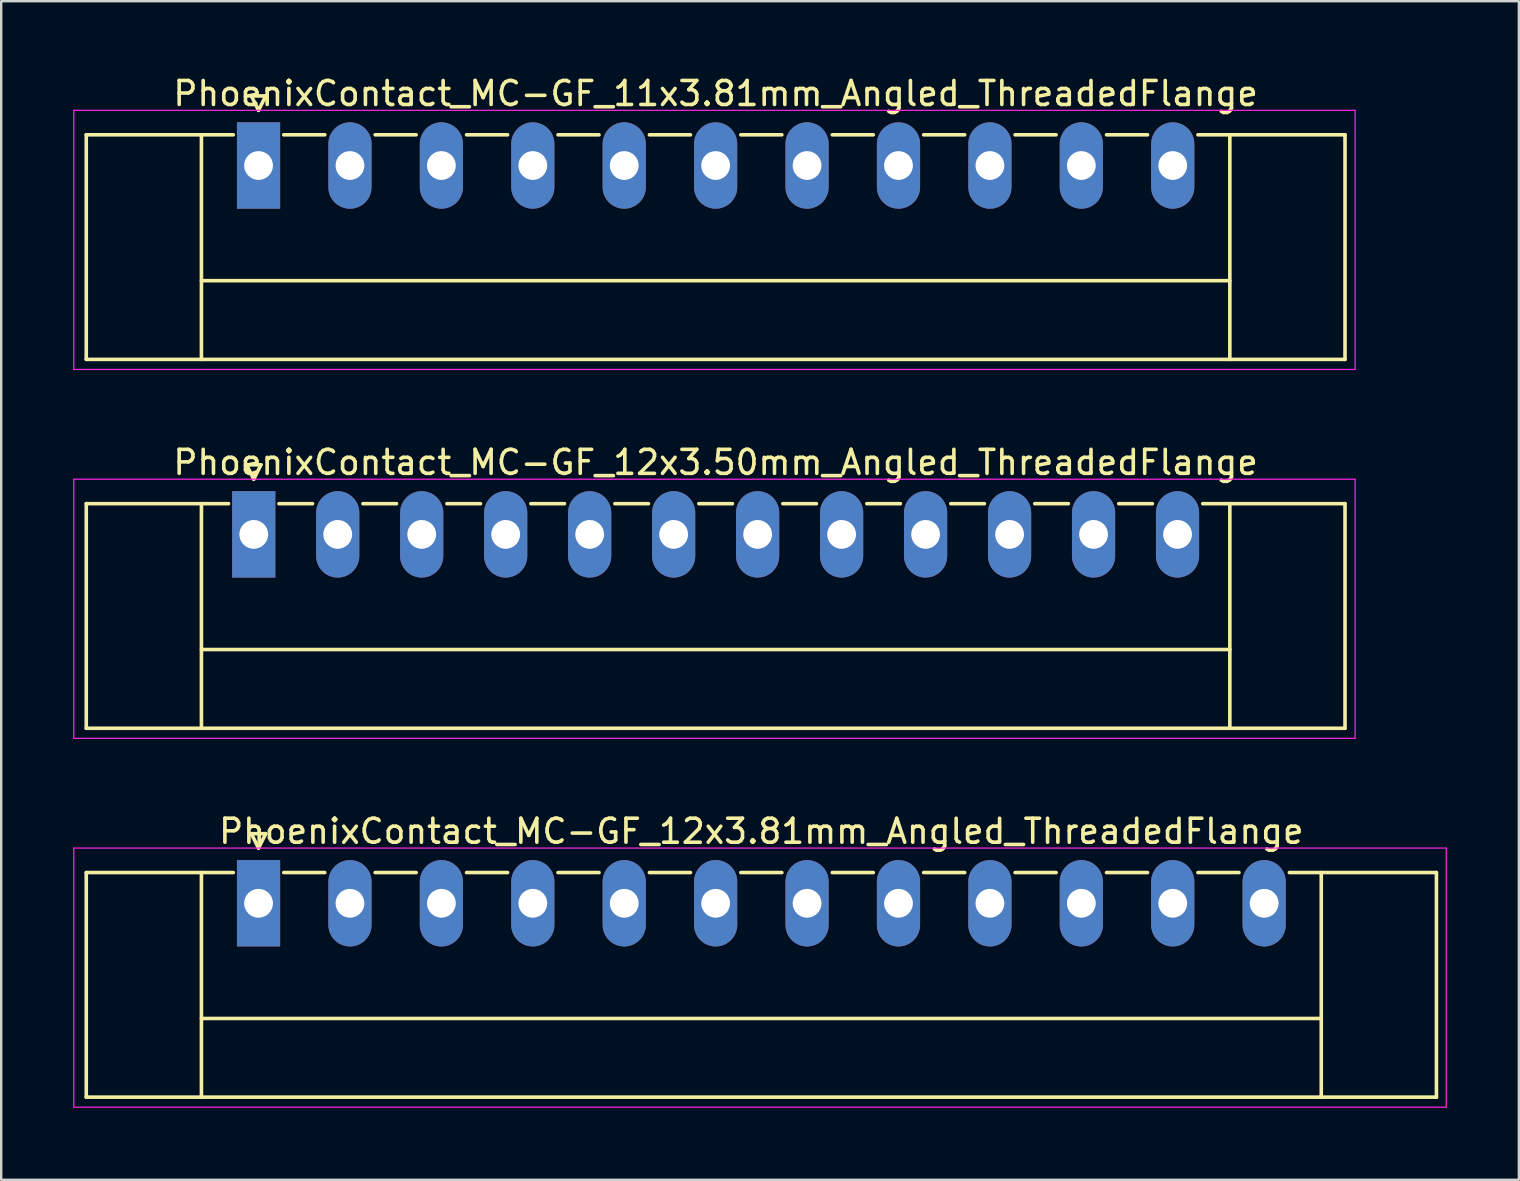
<source format=kicad_pcb>
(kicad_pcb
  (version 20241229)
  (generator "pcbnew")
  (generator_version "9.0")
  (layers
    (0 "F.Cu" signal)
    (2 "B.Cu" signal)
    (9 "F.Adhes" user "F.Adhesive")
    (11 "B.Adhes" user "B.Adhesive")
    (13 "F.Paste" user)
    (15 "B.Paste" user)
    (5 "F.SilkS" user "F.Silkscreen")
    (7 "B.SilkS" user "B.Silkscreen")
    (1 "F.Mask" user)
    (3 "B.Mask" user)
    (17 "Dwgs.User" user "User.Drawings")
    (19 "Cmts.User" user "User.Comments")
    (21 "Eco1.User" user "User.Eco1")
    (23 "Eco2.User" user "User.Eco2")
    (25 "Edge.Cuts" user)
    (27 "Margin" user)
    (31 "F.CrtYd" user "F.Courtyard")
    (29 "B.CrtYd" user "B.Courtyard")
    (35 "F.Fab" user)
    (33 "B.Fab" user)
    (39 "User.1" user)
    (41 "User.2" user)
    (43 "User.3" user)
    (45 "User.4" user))
  (footprint "PhoenixContact_MC-GF_11x3.81mm_Angled_ThreadedFlange"
    (layer "F.Cu")
    (at 7.725 3.848)
    (property "Reference" "PhoenixContact_MC-GF_11x3.81mm_Angled_ThreadedFlange" (at 19.05 -3 0) (layer "F.SilkS") (effects (font (size 1 1) (thickness 0.15))))
    (attr through_hole)
    (fp_line (start -7.18 -1.28) (end -7.18 8.08) (stroke (width 0.15) (type solid)) (layer "F.SilkS"))
    (fp_line (start -7.18 -1.28) (end -1.05 -1.28) (stroke (width 0.15) (type solid)) (layer "F.SilkS"))
    (fp_line (start -7.18 8.08) (end 45.28 8.08) (stroke (width 0.15) (type solid)) (layer "F.SilkS"))
    (fp_line (start -2.38 -1.28) (end -2.38 8.08) (stroke (width 0.15) (type solid)) (layer "F.SilkS"))
    (fp_line (start -2.38 4.8) (end 40.48 4.8) (stroke (width 0.15) (type solid)) (layer "F.SilkS"))
    (fp_line (start -0.3 -2.9) (end 0 -2.3) (stroke (width 0.15) (type solid)) (layer "F.SilkS"))
    (fp_line (start 0 -2.3) (end 0.3 -2.9) (stroke (width 0.15) (type solid)) (layer "F.SilkS"))
    (fp_line (start 0.3 -2.9) (end -0.3 -2.9) (stroke (width 0.15) (type solid)) (layer "F.SilkS"))
    (fp_line (start 1.05 -1.28) (end 2.76 -1.28) (stroke (width 0.15) (type solid)) (layer "F.SilkS"))
    (fp_line (start 4.86 -1.28) (end 6.57 -1.28) (stroke (width 0.15) (type solid)) (layer "F.SilkS"))
    (fp_line (start 8.67 -1.28) (end 10.38 -1.28) (stroke (width 0.15) (type solid)) (layer "F.SilkS"))
    (fp_line (start 12.48 -1.28) (end 14.19 -1.28) (stroke (width 0.15) (type solid)) (layer "F.SilkS"))
    (fp_line (start 16.29 -1.28) (end 18 -1.28) (stroke (width 0.15) (type solid)) (layer "F.SilkS"))
    (fp_line (start 20.1 -1.28) (end 21.81 -1.28) (stroke (width 0.15) (type solid)) (layer "F.SilkS"))
    (fp_line (start 23.91 -1.28) (end 25.62 -1.28) (stroke (width 0.15) (type solid)) (layer "F.SilkS"))
    (fp_line (start 27.72 -1.28) (end 29.43 -1.28) (stroke (width 0.15) (type solid)) (layer "F.SilkS"))
    (fp_line (start 31.53 -1.28) (end 33.24 -1.28) (stroke (width 0.15) (type solid)) (layer "F.SilkS"))
    (fp_line (start 35.34 -1.28) (end 37.05 -1.28) (stroke (width 0.15) (type solid)) (layer "F.SilkS"))
    (fp_line (start 40.48 -1.28) (end 40.48 8.08) (stroke (width 0.15) (type solid)) (layer "F.SilkS"))
    (fp_line (start 45.28 -1.28) (end 39.15 -1.28) (stroke (width 0.15) (type solid)) (layer "F.SilkS"))
    (fp_line (start 45.28 8.08) (end 45.28 -1.28) (stroke (width 0.15) (type solid)) (layer "F.SilkS"))
    (fp_line (start -7.7 -2.3) (end -7.7 8.5) (stroke (width 0.05) (type solid)) (layer "F.CrtYd"))
    (fp_line (start -7.7 8.5) (end 45.7 8.5) (stroke (width 0.05) (type solid)) (layer "F.CrtYd"))
    (fp_line (start 45.7 -2.3) (end -7.7 -2.3) (stroke (width 0.05) (type solid)) (layer "F.CrtYd"))
    (fp_line (start 45.7 8.5) (end 45.7 -2.3) (stroke (width 0.05) (type solid)) (layer "F.CrtYd"))
    (pad "1" thru_hole rect (at 0 0) (size 1.8 3.6) (drill 1.2) (layers "*.Cu" "*.Mask"))
    (pad "2" thru_hole oval (at 3.81 0) (size 1.8 3.6) (drill 1.2) (layers "*.Cu" "*.Mask"))
    (pad "3" thru_hole oval (at 7.62 0) (size 1.8 3.6) (drill 1.2) (layers "*.Cu" "*.Mask"))
    (pad "4" thru_hole oval (at 11.43 0) (size 1.8 3.6) (drill 1.2) (layers "*.Cu" "*.Mask"))
    (pad "5" thru_hole oval (at 15.24 0) (size 1.8 3.6) (drill 1.2) (layers "*.Cu" "*.Mask"))
    (pad "6" thru_hole oval (at 19.05 0) (size 1.8 3.6) (drill 1.2) (layers "*.Cu" "*.Mask"))
    (pad "7" thru_hole oval (at 22.86 0) (size 1.8 3.6) (drill 1.2) (layers "*.Cu" "*.Mask"))
    (pad "8" thru_hole oval (at 26.67 0) (size 1.8 3.6) (drill 1.2) (layers "*.Cu" "*.Mask"))
    (pad "9" thru_hole oval (at 30.48 0) (size 1.8 3.6) (drill 1.2) (layers "*.Cu" "*.Mask"))
    (pad "10" thru_hole oval (at 34.29 0) (size 1.8 3.6) (drill 1.2) (layers "*.Cu" "*.Mask"))
    (pad "11" thru_hole oval (at 38.1 0) (size 1.8 3.6) (drill 1.2) (layers "*.Cu" "*.Mask")))
  (footprint "PhoenixContact_MC-GF_12x3.81mm_Angled_ThreadedFlange"
    (layer "F.Cu")
    (at 7.725 34.595)
    (property "Reference" "PhoenixContact_MC-GF_12x3.81mm_Angled_ThreadedFlange" (at 20.955 -3 0) (layer "F.SilkS") (effects (font (size 1 1) (thickness 0.15))))
    (attr through_hole)
    (fp_line (start -7.18 -1.28) (end -7.18 8.08) (stroke (width 0.15) (type solid)) (layer "F.SilkS"))
    (fp_line (start -7.18 -1.28) (end -1.05 -1.28) (stroke (width 0.15) (type solid)) (layer "F.SilkS"))
    (fp_line (start -7.18 8.08) (end 49.09 8.08) (stroke (width 0.15) (type solid)) (layer "F.SilkS"))
    (fp_line (start -2.38 -1.28) (end -2.38 8.08) (stroke (width 0.15) (type solid)) (layer "F.SilkS"))
    (fp_line (start -2.38 4.8) (end 44.29 4.8) (stroke (width 0.15) (type solid)) (layer "F.SilkS"))
    (fp_line (start -0.3 -2.9) (end 0 -2.3) (stroke (width 0.15) (type solid)) (layer "F.SilkS"))
    (fp_line (start 0 -2.3) (end 0.3 -2.9) (stroke (width 0.15) (type solid)) (layer "F.SilkS"))
    (fp_line (start 0.3 -2.9) (end -0.3 -2.9) (stroke (width 0.15) (type solid)) (layer "F.SilkS"))
    (fp_line (start 1.05 -1.28) (end 2.76 -1.28) (stroke (width 0.15) (type solid)) (layer "F.SilkS"))
    (fp_line (start 4.86 -1.28) (end 6.57 -1.28) (stroke (width 0.15) (type solid)) (layer "F.SilkS"))
    (fp_line (start 8.67 -1.28) (end 10.38 -1.28) (stroke (width 0.15) (type solid)) (layer "F.SilkS"))
    (fp_line (start 12.48 -1.28) (end 14.19 -1.28) (stroke (width 0.15) (type solid)) (layer "F.SilkS"))
    (fp_line (start 16.29 -1.28) (end 18 -1.28) (stroke (width 0.15) (type solid)) (layer "F.SilkS"))
    (fp_line (start 20.1 -1.28) (end 21.81 -1.28) (stroke (width 0.15) (type solid)) (layer "F.SilkS"))
    (fp_line (start 23.91 -1.28) (end 25.62 -1.28) (stroke (width 0.15) (type solid)) (layer "F.SilkS"))
    (fp_line (start 27.72 -1.28) (end 29.43 -1.28) (stroke (width 0.15) (type solid)) (layer "F.SilkS"))
    (fp_line (start 31.53 -1.28) (end 33.24 -1.28) (stroke (width 0.15) (type solid)) (layer "F.SilkS"))
    (fp_line (start 35.34 -1.28) (end 37.05 -1.28) (stroke (width 0.15) (type solid)) (layer "F.SilkS"))
    (fp_line (start 39.15 -1.28) (end 40.86 -1.28) (stroke (width 0.15) (type solid)) (layer "F.SilkS"))
    (fp_line (start 44.29 -1.28) (end 44.29 8.08) (stroke (width 0.15) (type solid)) (layer "F.SilkS"))
    (fp_line (start 49.09 -1.28) (end 42.96 -1.28) (stroke (width 0.15) (type solid)) (layer "F.SilkS"))
    (fp_line (start 49.09 8.08) (end 49.09 -1.28) (stroke (width 0.15) (type solid)) (layer "F.SilkS"))
    (fp_line (start -7.7 -2.3) (end -7.7 8.5) (stroke (width 0.05) (type solid)) (layer "F.CrtYd"))
    (fp_line (start -7.7 8.5) (end 49.5 8.5) (stroke (width 0.05) (type solid)) (layer "F.CrtYd"))
    (fp_line (start 49.5 -2.3) (end -7.7 -2.3) (stroke (width 0.05) (type solid)) (layer "F.CrtYd"))
    (fp_line (start 49.5 8.5) (end 49.5 -2.3) (stroke (width 0.05) (type solid)) (layer "F.CrtYd"))
    (pad "1" thru_hole rect (at 0 0) (size 1.8 3.6) (drill 1.2) (layers "*.Cu" "*.Mask"))
    (pad "2" thru_hole oval (at 3.81 0) (size 1.8 3.6) (drill 1.2) (layers "*.Cu" "*.Mask"))
    (pad "3" thru_hole oval (at 7.62 0) (size 1.8 3.6) (drill 1.2) (layers "*.Cu" "*.Mask"))
    (pad "4" thru_hole oval (at 11.43 0) (size 1.8 3.6) (drill 1.2) (layers "*.Cu" "*.Mask"))
    (pad "5" thru_hole oval (at 15.24 0) (size 1.8 3.6) (drill 1.2) (layers "*.Cu" "*.Mask"))
    (pad "6" thru_hole oval (at 19.05 0) (size 1.8 3.6) (drill 1.2) (layers "*.Cu" "*.Mask"))
    (pad "7" thru_hole oval (at 22.86 0) (size 1.8 3.6) (drill 1.2) (layers "*.Cu" "*.Mask"))
    (pad "8" thru_hole oval (at 26.67 0) (size 1.8 3.6) (drill 1.2) (layers "*.Cu" "*.Mask"))
    (pad "9" thru_hole oval (at 30.48 0) (size 1.8 3.6) (drill 1.2) (layers "*.Cu" "*.Mask"))
    (pad "10" thru_hole oval (at 34.29 0) (size 1.8 3.6) (drill 1.2) (layers "*.Cu" "*.Mask"))
    (pad "11" thru_hole oval (at 38.1 0) (size 1.8 3.6) (drill 1.2) (layers "*.Cu" "*.Mask"))
    (pad "12" thru_hole oval (at 41.91 0) (size 1.8 3.6) (drill 1.2) (layers "*.Cu" "*.Mask")))
  (footprint "PhoenixContact_MC-GF_12x3.50mm_Angled_ThreadedFlange"
    (layer "F.Cu")
    (at 7.525 19.221)
    (property "Reference" "PhoenixContact_MC-GF_12x3.50mm_Angled_ThreadedFlange" (at 19.25 -3 0) (layer "F.SilkS") (effects (font (size 1 1) (thickness 0.15))))
    (attr through_hole)
    (fp_line (start -6.98 -1.28) (end -6.98 8.08) (stroke (width 0.15) (type solid)) (layer "F.SilkS"))
    (fp_line (start -6.98 -1.28) (end -1.05 -1.28) (stroke (width 0.15) (type solid)) (layer "F.SilkS"))
    (fp_line (start -6.98 8.08) (end 45.48 8.08) (stroke (width 0.15) (type solid)) (layer "F.SilkS"))
    (fp_line (start -2.18 -1.28) (end -2.18 8.08) (stroke (width 0.15) (type solid)) (layer "F.SilkS"))
    (fp_line (start -2.18 4.8) (end 40.68 4.8) (stroke (width 0.15) (type solid)) (layer "F.SilkS"))
    (fp_line (start -0.3 -2.9) (end 0 -2.3) (stroke (width 0.15) (type solid)) (layer "F.SilkS"))
    (fp_line (start 0 -2.3) (end 0.3 -2.9) (stroke (width 0.15) (type solid)) (layer "F.SilkS"))
    (fp_line (start 0.3 -2.9) (end -0.3 -2.9) (stroke (width 0.15) (type solid)) (layer "F.SilkS"))
    (fp_line (start 1.05 -1.28) (end 2.45 -1.28) (stroke (width 0.15) (type solid)) (layer "F.SilkS"))
    (fp_line (start 4.55 -1.28) (end 5.95 -1.28) (stroke (width 0.15) (type solid)) (layer "F.SilkS"))
    (fp_line (start 8.05 -1.28) (end 9.45 -1.28) (stroke (width 0.15) (type solid)) (layer "F.SilkS"))
    (fp_line (start 11.55 -1.28) (end 12.95 -1.28) (stroke (width 0.15) (type solid)) (layer "F.SilkS"))
    (fp_line (start 15.05 -1.28) (end 16.45 -1.28) (stroke (width 0.15) (type solid)) (layer "F.SilkS"))
    (fp_line (start 18.55 -1.28) (end 19.95 -1.28) (stroke (width 0.15) (type solid)) (layer "F.SilkS"))
    (fp_line (start 22.05 -1.28) (end 23.45 -1.28) (stroke (width 0.15) (type solid)) (layer "F.SilkS"))
    (fp_line (start 25.55 -1.28) (end 26.95 -1.28) (stroke (width 0.15) (type solid)) (layer "F.SilkS"))
    (fp_line (start 29.05 -1.28) (end 30.45 -1.28) (stroke (width 0.15) (type solid)) (layer "F.SilkS"))
    (fp_line (start 32.55 -1.28) (end 33.95 -1.28) (stroke (width 0.15) (type solid)) (layer "F.SilkS"))
    (fp_line (start 36.05 -1.28) (end 37.45 -1.28) (stroke (width 0.15) (type solid)) (layer "F.SilkS"))
    (fp_line (start 40.68 -1.28) (end 40.68 8.08) (stroke (width 0.15) (type solid)) (layer "F.SilkS"))
    (fp_line (start 45.48 -1.28) (end 39.55 -1.28) (stroke (width 0.15) (type solid)) (layer "F.SilkS"))
    (fp_line (start 45.48 8.08) (end 45.48 -1.28) (stroke (width 0.15) (type solid)) (layer "F.SilkS"))
    (fp_line (start -7.5 -2.3) (end -7.5 8.5) (stroke (width 0.05) (type solid)) (layer "F.CrtYd"))
    (fp_line (start -7.5 8.5) (end 45.9 8.5) (stroke (width 0.05) (type solid)) (layer "F.CrtYd"))
    (fp_line (start 45.9 -2.3) (end -7.5 -2.3) (stroke (width 0.05) (type solid)) (layer "F.CrtYd"))
    (fp_line (start 45.9 8.5) (end 45.9 -2.3) (stroke (width 0.05) (type solid)) (layer "F.CrtYd"))
    (pad "1" thru_hole rect (at 0 0) (size 1.8 3.6) (drill 1.2) (layers "*.Cu" "*.Mask"))
    (pad "2" thru_hole oval (at 3.5 0) (size 1.8 3.6) (drill 1.2) (layers "*.Cu" "*.Mask"))
    (pad "3" thru_hole oval (at 7 0) (size 1.8 3.6) (drill 1.2) (layers "*.Cu" "*.Mask"))
    (pad "4" thru_hole oval (at 10.5 0) (size 1.8 3.6) (drill 1.2) (layers "*.Cu" "*.Mask"))
    (pad "5" thru_hole oval (at 14 0) (size 1.8 3.6) (drill 1.2) (layers "*.Cu" "*.Mask"))
    (pad "6" thru_hole oval (at 17.5 0) (size 1.8 3.6) (drill 1.2) (layers "*.Cu" "*.Mask"))
    (pad "7" thru_hole oval (at 21 0) (size 1.8 3.6) (drill 1.2) (layers "*.Cu" "*.Mask"))
    (pad "8" thru_hole oval (at 24.5 0) (size 1.8 3.6) (drill 1.2) (layers "*.Cu" "*.Mask"))
    (pad "9" thru_hole oval (at 28 0) (size 1.8 3.6) (drill 1.2) (layers "*.Cu" "*.Mask"))
    (pad "10" thru_hole oval (at 31.5 0) (size 1.8 3.6) (drill 1.2) (layers "*.Cu" "*.Mask"))
    (pad "11" thru_hole oval (at 35 0) (size 1.8 3.6) (drill 1.2) (layers "*.Cu" "*.Mask"))
    (pad "12" thru_hole oval (at 38.5 0) (size 1.8 3.6) (drill 1.2) (layers "*.Cu" "*.Mask")))
  (gr_rect
    (start -3 -3)
    (end 60.25 46.12)
    (stroke (width 0.1) (type default))
    (fill no)
    (layer "Edge.Cuts")))
</source>
